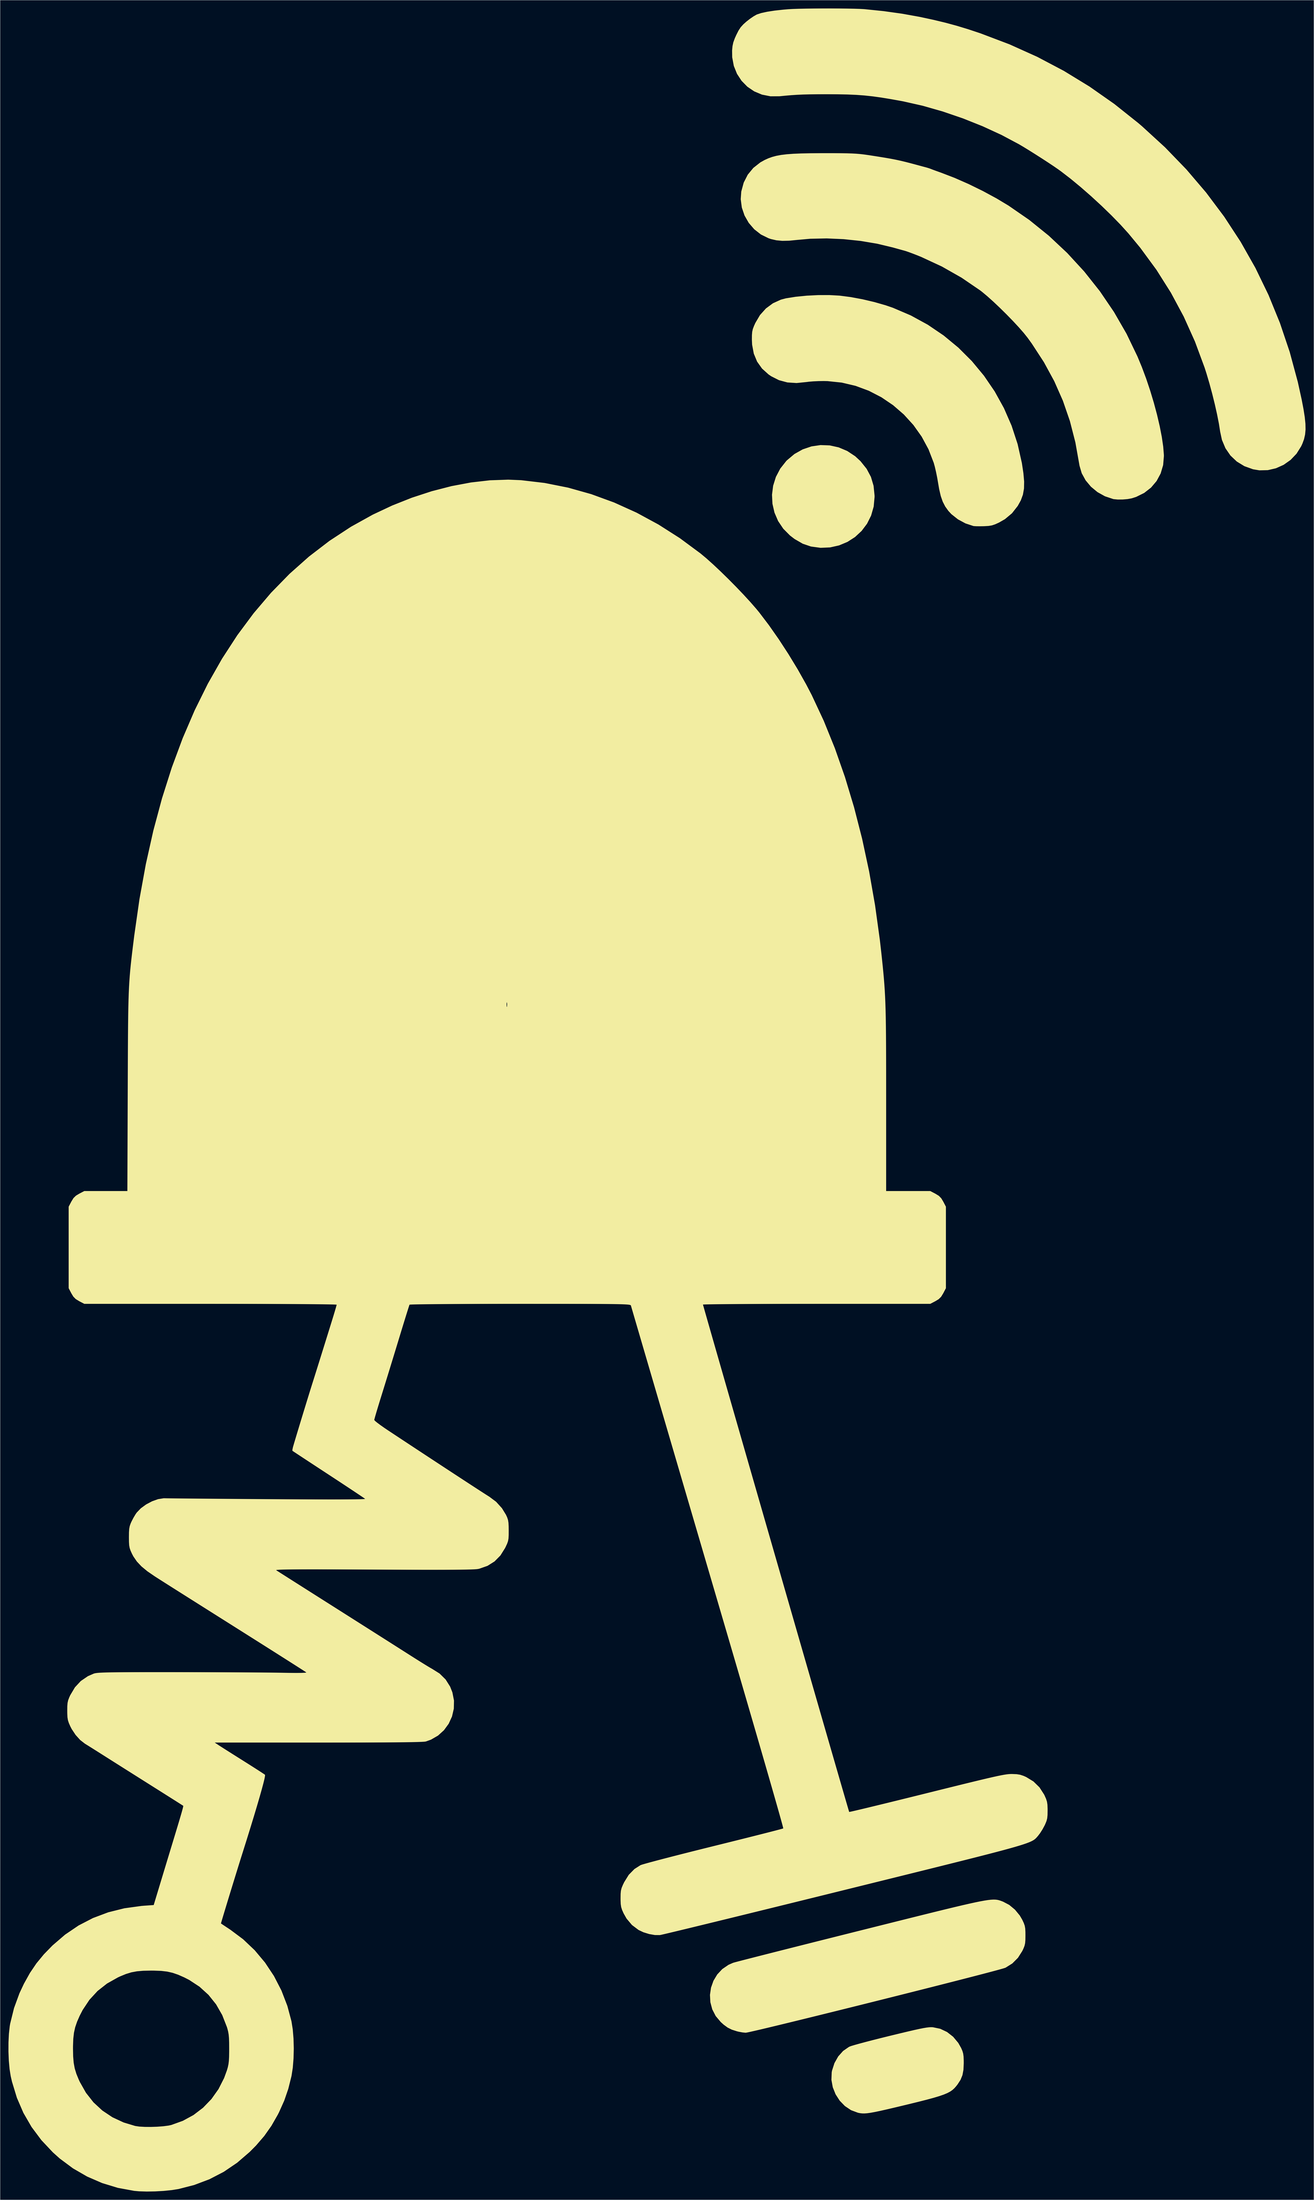
<source format=kicad_pcb>
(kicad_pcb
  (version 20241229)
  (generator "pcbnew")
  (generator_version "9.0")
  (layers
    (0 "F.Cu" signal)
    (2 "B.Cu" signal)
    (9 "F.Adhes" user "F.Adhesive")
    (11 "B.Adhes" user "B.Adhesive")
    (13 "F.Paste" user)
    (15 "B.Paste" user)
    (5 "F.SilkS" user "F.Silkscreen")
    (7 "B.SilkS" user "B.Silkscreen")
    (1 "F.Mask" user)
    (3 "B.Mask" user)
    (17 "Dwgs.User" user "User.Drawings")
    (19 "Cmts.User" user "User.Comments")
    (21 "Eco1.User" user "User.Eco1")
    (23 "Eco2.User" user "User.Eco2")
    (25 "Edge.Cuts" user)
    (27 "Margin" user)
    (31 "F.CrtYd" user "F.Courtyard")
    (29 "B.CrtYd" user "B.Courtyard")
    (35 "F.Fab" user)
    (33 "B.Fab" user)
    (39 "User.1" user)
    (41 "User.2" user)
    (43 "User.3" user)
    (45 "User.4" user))
  (footprint "logo_3"
    (layer "F.Cu")
    (at 202.316 402.042)
    (property "Reference" "logo_3" (at 0 0 0) (layer "F.SilkS") (effects (font (size 1.524 1.524) (thickness 0.3))))
    (attr board_only exclude_from_pos_files exclude_from_bom)
    (fp_poly (pts (xy 94.095 -244.367) (xy 97.332 -243.655) (xy 100.426 -242.35) (xy 103.295 -240.454) (xy 105.221 -238.674) (xy 107.43 -235.917) (xy 108.991 -232.987) (xy 109.935 -229.803) (xy 110.293 -226.284) (xy 110.299 -225.763) (xy 109.976 -222.275) (xy 109.049 -219.038) (xy 107.579 -216.099) (xy 105.627 -213.507) (xy 103.255 -211.308) (xy 100.525 -209.551) (xy 97.496 -208.284) (xy 94.231 -207.554) (xy 90.792 -207.408) (xy 87.334 -207.874) (xy 84.374 -208.883) (xy 81.43 -210.582) (xy 79.764 -211.856) (xy 77.339 -214.301) (xy 75.474 -217.078) (xy 74.173 -220.104) (xy 73.439 -223.291) (xy 73.276 -226.558) (xy 73.688 -229.818) (xy 74.677 -232.987) (xy 76.247 -235.98) (xy 78.402 -238.713) (xy 78.675 -238.994) (xy 81.382 -241.263) (xy 84.36 -242.933) (xy 87.527 -244.007) (xy 90.8 -244.484)) (stroke (width 0) (type solid)) (fill yes) (layer "F.SilkS"))
    (fp_poly (pts (xy 131.306 326.455) (xy 131.349 326.459) (xy 133.991 327.009) (xy 136.462 328.18) (xy 138.665 329.9) (xy 140.502 332.098) (xy 141.551 333.952) (xy 141.996 334.989) (xy 142.274 335.937) (xy 142.422 337.019) (xy 142.478 338.457) (xy 142.484 339.421) (xy 142.379 341.808) (xy 142.017 343.742) (xy 141.326 345.44) (xy 140.234 347.118) (xy 139.707 347.785) (xy 139.087 348.481) (xy 138.398 349.102) (xy 137.576 349.671) (xy 136.553 350.213) (xy 135.266 350.751) (xy 133.649 351.311) (xy 131.637 351.914) (xy 129.163 352.586) (xy 126.163 353.35) (xy 122.571 354.23) (xy 121.168 354.569) (xy 117.655 355.409) (xy 114.745 356.092) (xy 112.363 356.63) (xy 110.436 357.034) (xy 108.892 357.316) (xy 107.656 357.489) (xy 106.655 357.563) (xy 105.817 357.552) (xy 105.067 357.467) (xy 104.333 357.319) (xy 104.291 357.309) (xy 101.803 356.381) (xy 99.587 354.894) (xy 97.706 352.951) (xy 96.225 350.657) (xy 95.209 348.118) (xy 94.721 345.437) (xy 94.827 342.719) (xy 94.941 342.103) (xy 95.816 339.39) (xy 97.171 336.993) (xy 98.927 335.019) (xy 101.004 333.578) (xy 101.319 333.424) (xy 101.988 333.186) (xy 103.251 332.81) (xy 105.023 332.317) (xy 107.22 331.73) (xy 109.759 331.072) (xy 112.554 330.364) (xy 115.524 329.63) (xy 116.028 329.507) (xy 119.466 328.674) (xy 122.3 327.998) (xy 124.604 327.464) (xy 126.449 327.058) (xy 127.907 326.767) (xy 129.05 326.575) (xy 129.949 326.469) (xy 130.677 326.434)) (stroke (width 0) (type solid)) (fill yes) (layer "F.SilkS"))
    (fp_poly (pts (xy 97.629 -298.411) (xy 97.773 -298.398) (xy 101.71 -297.884) (xy 105.95 -297.094) (xy 110.224 -296.09) (xy 114.267 -294.932) (xy 116.91 -294.028) (xy 123.397 -291.251) (xy 129.52 -287.902) (xy 135.249 -284.016) (xy 140.556 -279.63) (xy 145.413 -274.781) (xy 149.789 -269.504) (xy 153.658 -263.836) (xy 156.989 -257.814) (xy 159.754 -251.475) (xy 161.924 -244.854) (xy 163.47 -237.988) (xy 164.017 -234.341) (xy 164.281 -231.334) (xy 164.232 -228.802) (xy 163.842 -226.583) (xy 163.083 -224.519) (xy 161.968 -222.511) (xy 159.9 -219.878) (xy 157.364 -217.758) (xy 155.227 -216.532) (xy 153.811 -215.887) (xy 152.649 -215.501) (xy 151.437 -215.299) (xy 149.869 -215.209) (xy 149.66 -215.203) (xy 148.202 -215.181) (xy 146.948 -215.198) (xy 146.11 -215.25) (xy 145.963 -215.274) (xy 143.096 -216.22) (xy 140.382 -217.688) (xy 138.02 -219.559) (xy 136.923 -220.74) (xy 135.789 -222.322) (xy 134.895 -224.061) (xy 134.185 -226.104) (xy 133.606 -228.596) (xy 133.259 -230.626) (xy 132.908 -232.67) (xy 132.481 -234.781) (xy 132.034 -236.699) (xy 131.651 -238.078) (xy 129.756 -242.97) (xy 127.289 -247.534) (xy 124.304 -251.732) (xy 120.853 -255.524) (xy 116.988 -258.871) (xy 112.764 -261.734) (xy 108.233 -264.074) (xy 103.447 -265.851) (xy 98.459 -267.026) (xy 93.323 -267.561) (xy 91.876 -267.59) (xy 90.015 -267.561) (xy 88.171 -267.475) (xy 86.594 -267.347) (xy 85.768 -267.238) (xy 82.13 -266.868) (xy 78.825 -267.084) (xy 75.794 -267.899) (xy 72.979 -269.324) (xy 72.035 -269.967) (xy 69.676 -272.091) (xy 67.897 -274.596) (xy 66.703 -277.475) (xy 66.096 -280.723) (xy 66.014 -282.532) (xy 66.031 -284.156) (xy 66.127 -285.345) (xy 66.356 -286.362) (xy 66.773 -287.466) (xy 67.265 -288.559) (xy 68.933 -291.395) (xy 71.077 -293.781) (xy 73.621 -295.657) (xy 76.493 -296.964) (xy 78.299 -297.442) (xy 81.858 -298.007) (xy 85.832 -298.399) (xy 89.96 -298.606) (xy 93.98 -298.614)) (stroke (width 0) (type solid)) (fill yes) (layer "F.SilkS"))
    (fp_poly (pts (xy 153.856 280.397) (xy 154.472 280.46) (xy 155.017 280.569) (xy 155.525 280.718) (xy 156.031 280.898) (xy 156.573 281.103) (xy 156.666 281.138) (xy 158.907 282.313) (xy 160.98 284.035) (xy 162.726 286.159) (xy 163.613 287.684) (xy 164.157 288.85) (xy 164.494 289.811) (xy 164.673 290.809) (xy 164.742 292.085) (xy 164.752 293.318) (xy 164.731 294.948) (xy 164.636 296.123) (xy 164.418 297.086) (xy 164.029 298.078) (xy 163.621 298.935) (xy 162.053 301.396) (xy 160.022 303.43) (xy 157.639 304.926) (xy 157.506 304.987) (xy 156.935 305.179) (xy 155.741 305.522) (xy 153.974 306.005) (xy 151.68 306.617) (xy 148.909 307.344) (xy 145.707 308.175) (xy 142.124 309.099) (xy 138.206 310.102) (xy 134.003 311.173) (xy 129.562 312.3) (xy 124.932 313.47) (xy 120.16 314.673) (xy 115.294 315.895) (xy 110.383 317.126) (xy 105.474 318.352) (xy 100.615 319.561) (xy 95.856 320.743) (xy 91.243 321.884) (xy 86.824 322.973) (xy 82.649 323.998) (xy 78.764 324.946) (xy 75.218 325.806) (xy 72.059 326.565) (xy 69.335 327.213) (xy 67.094 327.735) (xy 65.384 328.122) (xy 64.253 328.36) (xy 63.752 328.437) (xy 62.637 328.329) (xy 61.275 328.079) (xy 60.623 327.921) (xy 58.774 327.327) (xy 57.264 326.578) (xy 55.816 325.514) (xy 54.778 324.58) (xy 52.955 322.417) (xy 51.711 320) (xy 51.028 317.425) (xy 50.885 314.784) (xy 51.263 312.174) (xy 52.141 309.688) (xy 53.501 307.422) (xy 55.322 305.469) (xy 57.586 303.924) (xy 59.234 303.202) (xy 59.749 303.054) (xy 60.897 302.748) (xy 62.639 302.294) (xy 64.933 301.704) (xy 67.737 300.986) (xy 71.011 300.152) (xy 74.713 299.212) (xy 78.803 298.176) (xy 83.239 297.056) (xy 87.98 295.86) (xy 92.985 294.601) (xy 98.213 293.288) (xy 103.623 291.931) (xy 105.253 291.523) (xy 111.847 289.871) (xy 117.801 288.381) (xy 123.151 287.044) (xy 127.932 285.854) (xy 132.18 284.803) (xy 135.93 283.884) (xy 139.217 283.091) (xy 142.078 282.416) (xy 144.547 281.851) (xy 146.661 281.39) (xy 148.454 281.025) (xy 149.962 280.749) (xy 151.221 280.556) (xy 152.266 280.438) (xy 153.132 280.387)) (stroke (width 0) (type solid)) (fill yes) (layer "F.SilkS"))
    (fp_poly (pts (xy 95.462 -349.817) (xy 98.133 -349.801) (xy 100.327 -349.767) (xy 102.153 -349.709) (xy 103.723 -349.622) (xy 105.144 -349.501) (xy 106.526 -349.341) (xy 107.98 -349.136) (xy 108.559 -349.048) (xy 111.56 -348.58) (xy 114.025 -348.18) (xy 116.107 -347.817) (xy 117.96 -347.459) (xy 119.735 -347.073) (xy 121.586 -346.628) (xy 123.666 -346.09) (xy 126.128 -345.429) (xy 127.174 -345.145) (xy 128.251 -344.855) (xy 129.088 -344.634) (xy 130.063 -344.334) (xy 130.653 -344.112) (xy 131.288 -343.866) (xy 132.383 -343.463) (xy 133.743 -342.975) (xy 134.307 -342.776) (xy 139.152 -340.915) (xy 144.26 -338.67) (xy 149.403 -336.152) (xy 154.355 -333.471) (xy 158.663 -330.883) (xy 166.145 -325.715) (xy 173.212 -320.006) (xy 179.833 -313.793) (xy 185.977 -307.113) (xy 191.615 -300.003) (xy 196.715 -292.501) (xy 201.246 -284.643) (xy 205.179 -276.468) (xy 206.776 -272.615) (xy 208.334 -268.436) (xy 209.785 -264.103) (xy 211.101 -259.725) (xy 212.255 -255.411) (xy 213.22 -251.271) (xy 213.971 -247.413) (xy 214.478 -243.946) (xy 214.716 -240.979) (xy 214.727 -240.536) (xy 214.455 -237.267) (xy 213.558 -234.236) (xy 212.086 -231.506) (xy 210.088 -229.143) (xy 207.613 -227.212) (xy 204.711 -225.778) (xy 203.108 -225.266) (xy 201.619 -224.993) (xy 199.842 -224.845) (xy 198.078 -224.833) (xy 196.631 -224.969) (xy 196.415 -225.013) (xy 193.447 -226.004) (xy 190.745 -227.513) (xy 188.393 -229.458) (xy 186.472 -231.753) (xy 185.067 -234.315) (xy 184.26 -237.059) (xy 184.209 -237.387) (xy 182.77 -245.469) (xy 180.801 -253.139) (xy 178.274 -260.466) (xy 175.16 -267.52) (xy 171.431 -274.37) (xy 167.058 -281.087) (xy 165.531 -283.202) (xy 164.145 -284.941) (xy 162.337 -287.005) (xy 160.221 -289.281) (xy 157.912 -291.654) (xy 155.526 -294.007) (xy 153.177 -296.227) (xy 150.982 -298.198) (xy 149.055 -299.805) (xy 148.399 -300.31) (xy 141.697 -304.883) (xy 134.585 -308.919) (xy 127.145 -312.372) (xy 125.608 -312.995) (xy 124.088 -313.583) (xy 122.701 -314.097) (xy 121.645 -314.463) (xy 121.259 -314.58) (xy 120.47 -314.795) (xy 119.22 -315.141) (xy 117.719 -315.559) (xy 116.91 -315.786) (xy 111.254 -317.14) (xy 105.254 -318.147) (xy 99.097 -318.792) (xy 92.969 -319.059) (xy 87.056 -318.935) (xy 82.453 -318.524) (xy 79.478 -318.232) (xy 77 -318.179) (xy 74.86 -318.375) (xy 72.898 -318.828) (xy 72.043 -319.114) (xy 69.271 -320.475) (xy 66.863 -322.36) (xy 64.874 -324.672) (xy 63.362 -327.315) (xy 62.382 -330.194) (xy 61.989 -333.213) (xy 62.186 -335.974) (xy 63.065 -339.204) (xy 64.52 -342.054) (xy 66.529 -344.492) (xy 69.067 -346.489) (xy 70.65 -347.372) (xy 71.976 -347.969) (xy 73.358 -348.465) (xy 74.873 -348.867) (xy 76.597 -349.185) (xy 78.609 -349.427) (xy 80.986 -349.603) (xy 83.806 -349.72) (xy 87.146 -349.789) (xy 91.084 -349.817) (xy 92.205 -349.819)) (stroke (width 0) (type solid)) (fill yes) (layer "F.SilkS"))
    (fp_poly (pts (xy 97.523 -402.028) (xy 100.355 -401.996) (xy 102.876 -401.948) (xy 104.961 -401.882) (xy 106.49 -401.799) (xy 106.645 -401.786) (xy 113.542 -401.078) (xy 120.237 -400.145) (xy 126.5 -399.018) (xy 126.826 -398.952) (xy 131.587 -397.926) (xy 135.887 -396.893) (xy 139.958 -395.79) (xy 144.034 -394.553) (xy 148.346 -393.119) (xy 148.61 -393.028) (xy 159.014 -389.084) (xy 169.007 -384.585) (xy 178.619 -379.514) (xy 187.881 -373.852) (xy 196.825 -367.582) (xy 205.481 -360.686) (xy 206.853 -359.513) (xy 215.145 -351.918) (xy 222.85 -343.948) (xy 229.966 -335.608) (xy 236.491 -326.903) (xy 242.421 -317.838) (xy 247.753 -308.417) (xy 252.486 -298.646) (xy 256.615 -288.529) (xy 260.138 -278.071) (xy 263.053 -267.277) (xy 264.445 -260.959) (xy 265.107 -257.501) (xy 265.563 -254.606) (xy 265.812 -252.171) (xy 265.854 -250.096) (xy 265.686 -248.278) (xy 265.308 -246.614) (xy 264.718 -245.003) (xy 264.272 -244.038) (xy 262.596 -241.368) (xy 260.458 -239.128) (xy 257.953 -237.362) (xy 255.177 -236.116) (xy 252.225 -235.435) (xy 249.191 -235.365) (xy 246.914 -235.743) (xy 243.771 -236.871) (xy 241.032 -238.546) (xy 238.74 -240.716) (xy 236.94 -243.332) (xy 235.674 -246.344) (xy 235.035 -249.303) (xy 234.585 -252.16) (xy 233.931 -255.501) (xy 233.114 -259.157) (xy 232.173 -262.962) (xy 231.151 -266.747) (xy 230.088 -270.344) (xy 229.414 -272.441) (xy 225.936 -281.832) (xy 221.887 -290.83) (xy 217.255 -299.457) (xy 212.026 -307.735) (xy 206.188 -315.686) (xy 201.89 -320.889) (xy 199.049 -324.024) (xy 195.777 -327.381) (xy 192.209 -330.837) (xy 188.478 -334.271) (xy 184.719 -337.558) (xy 181.067 -340.577) (xy 177.656 -343.204) (xy 176.603 -343.967) (xy 175.025 -345.056) (xy 173.016 -346.394) (xy 170.742 -347.875) (xy 168.369 -349.391) (xy 166.066 -350.837) (xy 163.997 -352.106) (xy 162.403 -353.048) (xy 156.104 -356.401) (xy 149.305 -359.53) (xy 142.184 -362.371) (xy 134.918 -364.857) (xy 127.684 -366.925) (xy 120.661 -368.508) (xy 120.041 -368.625) (xy 116.136 -369.329) (xy 112.715 -369.889) (xy 109.607 -370.32) (xy 106.643 -370.638) (xy 103.654 -370.857) (xy 100.47 -370.995) (xy 96.921 -371.065) (xy 93.075 -371.084) (xy 89.749 -371.075) (xy 86.961 -371.043) (xy 84.553 -370.983) (xy 82.369 -370.886) (xy 80.251 -370.747) (xy 78.041 -370.558) (xy 75.966 -370.354) (xy 72.705 -370.341) (xy 69.646 -370.95) (xy 66.849 -372.125) (xy 64.375 -373.806) (xy 62.284 -375.936) (xy 60.635 -378.456) (xy 59.489 -381.309) (xy 58.907 -384.435) (xy 58.873 -386.89) (xy 59.022 -388.467) (xy 59.317 -389.821) (xy 59.839 -391.256) (xy 60.382 -392.465) (xy 61.189 -394.062) (xy 61.972 -395.257) (xy 62.926 -396.309) (xy 63.992 -397.263) (xy 65.268 -398.266) (xy 66.583 -399.169) (xy 67.682 -399.8) (xy 67.832 -399.869) (xy 69.379 -400.382) (xy 71.545 -400.853) (xy 74.251 -401.27) (xy 77.421 -401.619) (xy 79.229 -401.769) (xy 80.821 -401.857) (xy 82.958 -401.928) (xy 85.517 -401.982) (xy 88.375 -402.019) (xy 91.41 -402.039) (xy 94.5 -402.042)) (stroke (width 0) (type solid)) (fill yes) (layer "F.SilkS"))
    (fp_poly (pts (xy -17.31 -231.812) (xy -8.787 -230.81) (xy -0.325 -229.125) (xy 8.046 -226.769) (xy 16.298 -223.755) (xy 24.399 -220.093) (xy 32.321 -215.797) (xy 40.033 -210.878) (xy 47.495 -205.359) (xy 49.62 -203.582) (xy 52.076 -201.379) (xy 54.754 -198.859) (xy 57.541 -196.135) (xy 60.329 -193.316) (xy 63.006 -190.514) (xy 65.462 -187.84) (xy 67.587 -185.405) (xy 68.69 -184.063) (xy 72.161 -179.497) (xy 75.702 -174.44) (xy 79.2 -169.073) (xy 82.541 -163.576) (xy 85.609 -158.128) (xy 87.62 -154.269) (xy 91.963 -144.969) (xy 95.963 -135.096) (xy 99.611 -124.687) (xy 102.896 -113.779) (xy 105.808 -102.41) (xy 108.337 -90.618) (xy 110.472 -78.44) (xy 112.204 -65.914) (xy 112.718 -61.412) (xy 113.001 -58.761) (xy 113.252 -56.333) (xy 113.473 -54.069) (xy 113.666 -51.912) (xy 113.832 -49.803) (xy 113.974 -47.684) (xy 114.093 -45.497) (xy 114.192 -43.183) (xy 114.272 -40.684) (xy 114.335 -37.942) (xy 114.384 -34.898) (xy 114.42 -31.495) (xy 114.445 -27.674) (xy 114.461 -23.377) (xy 114.47 -18.545) (xy 114.473 -13.121) (xy 114.474 -8.497) (xy 114.474 24.704) (xy 130.4 24.704) (xy 132.254 25.673) (xy 133.504 26.438) (xy 134.368 27.32) (xy 135.078 28.496) (xy 136.047 30.351) (xy 136.047 59.767) (xy 135.078 61.622) (xy 134.312 62.871) (xy 133.43 63.735) (xy 132.254 64.445) (xy 130.4 65.414) (xy 89.382 65.414) (xy 84.102 65.416) (xy 79.019 65.422) (xy 74.177 65.432) (xy 69.618 65.446) (xy 65.385 65.463) (xy 61.521 65.484) (xy 58.07 65.507) (xy 55.073 65.532) (xy 52.574 65.56) (xy 50.616 65.59) (xy 49.242 65.621) (xy 48.494 65.654) (xy 48.364 65.675) (xy 48.459 66.032) (xy 48.738 67.024) (xy 49.19 68.618) (xy 49.806 70.78) (xy 50.578 73.479) (xy 51.495 76.68) (xy 52.547 80.352) (xy 53.726 84.459) (xy 55.022 88.971) (xy 56.424 93.853) (xy 57.925 99.072) (xy 59.514 104.596) (xy 61.181 110.392) (xy 62.917 116.426) (xy 64.713 122.665) (xy 66.559 129.076) (xy 68.446 135.627) (xy 70.363 142.284) (xy 72.302 149.013) (xy 74.253 155.783) (xy 76.207 162.56) (xy 78.153 169.311) (xy 80.083 176.003) (xy 81.986 182.602) (xy 83.854 189.077) (xy 85.677 195.393) (xy 87.445 201.518) (xy 89.148 207.418) (xy 90.778 213.061) (xy 92.325 218.414) (xy 93.778 223.443) (xy 95.13 228.115) (xy 96.369 232.398) (xy 97.487 236.258) (xy 98.474 239.662) (xy 99.321 242.578) (xy 100.017 244.972) (xy 100.554 246.811) (xy 100.922 248.061) (xy 101.112 248.691) (xy 101.136 248.763) (xy 101.487 248.705) (xy 102.463 248.491) (xy 104.014 248.131) (xy 106.09 247.639) (xy 108.641 247.026) (xy 111.617 246.305) (xy 114.968 245.488) (xy 118.643 244.586) (xy 122.594 243.612) (xy 126.77 242.579) (xy 129.186 241.978) (xy 134.231 240.725) (xy 138.649 239.631) (xy 142.485 238.685) (xy 145.789 237.878) (xy 148.606 237.198) (xy 150.984 236.635) (xy 152.969 236.178) (xy 154.61 235.817) (xy 155.953 235.541) (xy 157.045 235.34) (xy 157.934 235.203) (xy 158.666 235.119) (xy 159.288 235.077) (xy 159.849 235.068) (xy 159.92 235.069) (xy 161.554 235.133) (xy 162.815 235.33) (xy 164.025 235.728) (xy 165.035 236.173) (xy 167.652 237.772) (xy 169.823 239.894) (xy 171.499 242.489) (xy 171.649 242.796) (xy 172.198 244.035) (xy 172.528 245.072) (xy 172.694 246.172) (xy 172.748 247.603) (xy 172.751 248.259) (xy 172.724 249.874) (xy 172.607 251.057) (xy 172.346 252.07) (xy 171.89 253.176) (xy 171.665 253.652) (xy 170.91 255.052) (xy 170.035 256.424) (xy 169.345 257.33) (xy 169.053 257.671) (xy 168.78 257.986) (xy 168.498 258.281) (xy 168.178 258.567) (xy 167.792 258.849) (xy 167.311 259.137) (xy 166.707 259.437) (xy 165.952 259.759) (xy 165.016 260.111) (xy 163.872 260.499) (xy 162.49 260.933) (xy 160.843 261.419) (xy 158.902 261.967) (xy 156.638 262.584) (xy 154.023 263.278) (xy 151.028 264.057) (xy 147.625 264.929) (xy 143.785 265.902) (xy 139.481 266.984) (xy 134.683 268.183) (xy 129.362 269.508) (xy 123.491 270.965) (xy 117.041 272.563) (xy 109.983 274.31) (xy 102.29 276.213) (xy 99.219 276.973) (xy 92.631 278.603) (xy 86.21 280.188) (xy 79.991 281.722) (xy 74.006 283.196) (xy 68.289 284.602) (xy 62.875 285.931) (xy 57.797 287.176) (xy 53.089 288.327) (xy 48.785 289.377) (xy 44.918 290.317) (xy 41.522 291.14) (xy 38.631 291.837) (xy 36.279 292.399) (xy 34.5 292.819) (xy 33.327 293.088) (xy 32.794 293.198) (xy 32.786 293.199) (xy 31.002 293.186) (xy 28.935 292.824) (xy 26.858 292.18) (xy 25.112 291.356) (xy 22.726 289.56) (xy 20.778 287.247) (xy 19.713 285.368) (xy 19.169 284.139) (xy 18.841 283.107) (xy 18.676 282.007) (xy 18.62 280.576) (xy 18.617 279.904) (xy 18.638 278.329) (xy 18.743 277.18) (xy 18.994 276.189) (xy 19.451 275.085) (xy 19.928 274.099) (xy 21.575 271.447) (xy 23.617 269.365) (xy 25.826 267.959) (xy 26.393 267.761) (xy 27.58 267.413) (xy 29.329 266.93) (xy 31.583 266.326) (xy 34.287 265.616) (xy 37.382 264.816) (xy 40.812 263.939) (xy 44.52 263.002) (xy 48.449 262.018) (xy 52.165 261.096) (xy 56.209 260.094) (xy 60.057 259.137) (xy 63.654 258.238) (xy 66.948 257.41) (xy 69.885 256.667) (xy 72.411 256.023) (xy 74.473 255.491) (xy 76.018 255.085) (xy 76.992 254.818) (xy 77.341 254.705) (xy 77.27 254.353) (xy 77.012 253.365) (xy 76.576 251.771) (xy 75.969 249.602) (xy 75.202 246.89) (xy 74.283 243.665) (xy 73.221 239.958) (xy 72.025 235.801) (xy 70.704 231.224) (xy 69.266 226.258) (xy 67.722 220.934) (xy 66.079 215.284) (xy 64.347 209.338) (xy 62.535 203.127) (xy 60.651 196.682) (xy 58.704 190.034) (xy 57.048 184.384) (xy 54.056 174.189) (xy 51.169 164.346) (xy 48.389 154.873) (xy 45.724 145.785) (xy 43.176 137.099) (xy 40.751 128.831) (xy 38.454 120.997) (xy 36.289 113.614) (xy 34.261 106.698) (xy 32.375 100.266) (xy 30.636 94.332) (xy 29.049 88.915) (xy 27.618 84.03) (xy 26.348 79.694) (xy 25.244 75.922) (xy 24.31 72.731) (xy 23.552 70.138) (xy 22.974 68.159) (xy 22.581 66.81) (xy 22.378 66.107) (xy 22.354 66.023) (xy 22.301 65.929) (xy 22.17 65.846) (xy 21.923 65.772) (xy 21.524 65.706) (xy 20.935 65.65) (xy 20.118 65.601) (xy 19.035 65.559) (xy 17.65 65.524) (xy 15.924 65.495) (xy 13.82 65.472) (xy 11.3 65.453) (xy 8.328 65.439) (xy 4.864 65.429) (xy 0.873 65.422) (xy -3.684 65.417) (xy -8.844 65.415) (xy -14.645 65.414) (xy -17.591 65.414) (xy -22.794 65.416) (xy -27.801 65.424) (xy -32.569 65.435) (xy -37.054 65.452) (xy -41.212 65.471) (xy -45 65.495) (xy -48.372 65.522) (xy -51.286 65.551) (xy -53.698 65.583) (xy -55.564 65.618) (xy -56.84 65.654) (xy -57.482 65.692) (xy -57.552 65.708) (xy -57.692 66.099) (xy -58.009 67.078) (xy -58.479 68.571) (xy -59.079 70.498) (xy -59.784 72.785) (xy -60.571 75.353) (xy -61.369 77.974) (xy -62.359 81.226) (xy -63.419 84.697) (xy -64.5 88.223) (xy -65.551 91.639) (xy -66.521 94.782) (xy -67.36 97.487) (xy -67.644 98.4) (xy -68.364 100.721) (xy -69.008 102.835) (xy -69.551 104.647) (xy -69.962 106.063) (xy -70.215 106.988) (xy -70.285 107.315) (xy -70.008 107.65) (xy -69.24 108.288) (xy -68.078 109.157) (xy -66.615 110.187) (xy -65.327 111.055) (xy -61.897 113.323) (xy -58.378 115.645) (xy -54.825 117.987) (xy -51.289 120.313) (xy -47.825 122.589) (xy -44.485 124.781) (xy -41.323 126.853) (xy -38.392 128.769) (xy -35.745 130.497) (xy -33.436 132) (xy -31.518 133.243) (xy -30.043 134.193) (xy -29.066 134.813) (xy -28.754 135.005) (xy -26.293 136.845) (xy -24.194 139.159) (xy -22.728 141.547) (xy -22.284 142.531) (xy -22.001 143.416) (xy -21.842 144.41) (xy -21.772 145.719) (xy -21.756 147.198) (xy -21.764 148.87) (xy -21.828 150.067) (xy -21.993 151.011) (xy -22.306 151.922) (xy -22.812 153.021) (xy -23.059 153.525) (xy -24.742 156.211) (xy -26.862 158.359) (xy -29.402 159.954) (xy -32.342 160.983) (xy -32.785 161.081) (xy -33.316 161.151) (xy -34.198 161.212) (xy -35.46 161.263) (xy -37.135 161.304) (xy -39.253 161.336) (xy -41.844 161.359) (xy -44.939 161.373) (xy -48.569 161.378) (xy -52.765 161.374) (xy -57.558 161.361) (xy -62.978 161.341) (xy -69.056 161.312) (xy -70.537 161.304) (xy -76.511 161.275) (xy -81.821 161.252) (xy -86.5 161.236) (xy -90.581 161.227) (xy -94.094 161.226) (xy -97.074 161.232) (xy -99.552 161.247) (xy -101.56 161.269) (xy -103.131 161.3) (xy -104.298 161.34) (xy -105.092 161.388) (xy -105.546 161.445) (xy -105.692 161.512) (xy -105.668 161.543) (xy -105.275 161.797) (xy -104.343 162.392) (xy -102.921 163.296) (xy -101.06 164.48) (xy -98.808 165.91) (xy -96.215 167.556) (xy -93.33 169.387) (xy -90.202 171.371) (xy -86.881 173.476) (xy -84.725 174.842) (xy -81.091 177.146) (xy -77.454 179.453) (xy -73.885 181.717) (xy -70.455 183.893) (xy -67.236 185.937) (xy -64.299 187.802) (xy -61.716 189.444) (xy -59.558 190.817) (xy -57.895 191.876) (xy -57.519 192.116) (xy -55.492 193.403) (xy -53.594 194.594) (xy -51.925 195.628) (xy -50.587 196.443) (xy -49.679 196.976) (xy -49.408 197.123) (xy -46.695 198.826) (xy -44.525 200.963) (xy -42.901 203.531) (xy -42.082 205.61) (xy -41.503 208.569) (xy -41.565 211.503) (xy -42.221 214.323) (xy -43.421 216.939) (xy -45.118 219.263) (xy -47.264 221.205) (xy -49.811 222.677) (xy -51.67 223.343) (xy -52.17 223.411) (xy -53.168 223.473) (xy -54.68 223.527) (xy -56.728 223.574) (xy -59.329 223.614) (xy -62.504 223.648) (xy -66.27 223.676) (xy -70.648 223.697) (xy -75.657 223.713) (xy -81.315 223.723) (xy -87.642 223.727) (xy -90.464 223.727) (xy -127.866 223.723) (xy -126.65 224.539) (xy -126.026 224.945) (xy -124.907 225.661) (xy -123.388 226.626) (xy -121.564 227.78) (xy -119.529 229.064) (xy -117.779 230.165) (xy -115.697 231.479) (xy -113.797 232.685) (xy -112.165 233.73) (xy -110.883 234.561) (xy -110.035 235.123) (xy -109.713 235.354) (xy -109.708 235.782) (xy -109.911 236.835) (xy -110.312 238.476) (xy -110.901 240.671) (xy -111.667 243.383) (xy -112.599 246.576) (xy -113.688 250.215) (xy -114.924 254.263) (xy -116.295 258.685) (xy -117.792 263.446) (xy -117.941 263.916) (xy -118.53 265.786) (xy -119.214 267.977) (xy -119.967 270.406) (xy -120.764 272.986) (xy -121.578 275.632) (xy -122.384 278.26) (xy -123.155 280.783) (xy -123.864 283.118) (xy -124.487 285.177) (xy -124.997 286.878) (xy -125.369 288.133) (xy -125.575 288.858) (xy -125.608 289.002) (xy -125.336 289.195) (xy -124.596 289.693) (xy -123.503 290.419) (xy -122.222 291.265) (xy -117.616 294.705) (xy -113.435 298.67) (xy -109.714 303.108) (xy -106.486 307.968) (xy -103.787 313.198) (xy -101.65 318.748) (xy -100.168 324.285) (xy -99.706 327.189) (xy -99.426 330.541) (xy -99.331 334.121) (xy -99.418 337.706) (xy -99.689 341.074) (xy -100.144 344.002) (xy -100.168 344.118) (xy -101.318 348.703) (xy -102.765 352.915) (xy -104.613 357.048) (xy -105.11 358.027) (xy -107.403 362.035) (xy -109.967 365.673) (xy -112.952 369.142) (xy -115.233 371.443) (xy -119.768 375.348) (xy -124.613 378.634) (xy -129.786 381.313) (xy -135.31 383.394) (xy -140.918 384.832) (xy -143.39 385.227) (xy -146.28 385.517) (xy -149.355 385.693) (xy -152.386 385.745) (xy -155.142 385.663) (xy -156.892 385.507) (xy -162.798 384.423) (xy -168.488 382.691) (xy -173.914 380.336) (xy -179.028 377.379) (xy -183.783 373.844) (xy -186.285 371.605) (xy -190.435 367.191) (xy -193.976 362.451) (xy -196.917 357.367) (xy -199.27 351.919) (xy -201.045 346.089) (xy -201.498 344.118) (xy -201.91 341.553) (xy -202.183 338.528) (xy -202.316 335.255) (xy -202.313 334.201) (xy -179.018 334.201) (xy -178.963 336.986) (xy -178.769 339.288) (xy -178.394 341.316) (xy -177.796 343.277) (xy -176.932 345.378) (xy -176.563 346.175) (xy -174.338 350.11) (xy -171.619 353.562) (xy -168.43 356.511) (xy -164.795 358.938) (xy -160.74 360.823) (xy -156.575 362.081) (xy -155.094 362.299) (xy -153.129 362.413) (xy -150.883 362.427) (xy -148.561 362.348) (xy -146.365 362.181) (xy -144.498 361.933) (xy -143.527 361.721) (xy -139.357 360.22) (xy -135.525 358.132) (xy -132.077 355.502) (xy -129.057 352.372) (xy -126.509 348.785) (xy -124.479 344.787) (xy -123.466 342.018) (xy -123.135 340.872) (xy -122.906 339.792) (xy -122.762 338.606) (xy -122.683 337.144) (xy -122.653 335.232) (xy -122.651 334.201) (xy -122.665 332.038) (xy -122.72 330.398) (xy -122.833 329.111) (xy -123.023 328.005) (xy -123.306 326.91) (xy -123.466 326.385) (xy -125.16 322.064) (xy -127.382 318.187) (xy -130.119 314.771) (xy -133.355 311.831) (xy -137.077 309.386) (xy -138.861 308.472) (xy -141.059 307.506) (xy -143.045 306.821) (xy -145.026 306.373) (xy -147.21 306.122) (xy -149.804 306.024) (xy -150.834 306.018) (xy -153.619 306.073) (xy -155.921 306.267) (xy -157.949 306.641) (xy -159.91 307.24) (xy -162.011 308.104) (xy -162.807 308.472) (xy -166.73 310.681) (xy -170.149 313.368) (xy -173.079 316.548) (xy -175.531 320.232) (xy -176.591 322.286) (xy -177.549 324.469) (xy -178.227 326.451) (xy -178.67 328.439) (xy -178.918 330.638) (xy -179.013 333.255) (xy -179.018 334.201) (xy -202.313 334.201) (xy -202.306 331.947) (xy -202.151 328.813) (xy -201.848 326.065) (xy -201.692 325.155) (xy -200.301 319.534) (xy -198.342 314.185) (xy -196.741 310.774) (xy -194.577 306.884) (xy -192.228 303.412) (xy -189.534 300.144) (xy -186.435 296.959) (xy -181.878 293.039) (xy -177.006 289.737) (xy -171.816 287.051) (xy -166.302 284.98) (xy -160.46 283.522) (xy -154.285 282.675) (xy -153.319 282.599) (xy -149.889 282.358) (xy -147.469 274.355) (xy -146.644 271.631) (xy -145.752 268.686) (xy -144.857 265.733) (xy -144.021 262.982) (xy -143.311 260.646) (xy -143.195 260.263) (xy -142.126 256.746) (xy -141.25 253.845) (xy -140.551 251.508) (xy -140.015 249.687) (xy -139.629 248.333) (xy -139.376 247.394) (xy -139.244 246.823) (xy -139.217 246.568) (xy -139.227 246.547) (xy -139.539 246.344) (xy -140.377 245.81) (xy -141.678 244.984) (xy -143.381 243.906) (xy -145.422 242.616) (xy -147.739 241.152) (xy -150.269 239.556) (xy -151.356 238.87) (xy -154.207 237.072) (xy -157.085 235.255) (xy -159.889 233.485) (xy -162.517 231.824) (xy -164.867 230.339) (xy -166.838 229.091) (xy -168.328 228.147) (xy -168.405 228.097) (xy -170.171 226.979) (xy -171.825 225.936) (xy -173.238 225.05) (xy -174.281 224.4) (xy -174.713 224.135) (xy -176.432 222.802) (xy -178.08 220.974) (xy -179.493 218.848) (xy -179.994 217.876) (xy -180.523 216.676) (xy -180.849 215.666) (xy -181.021 214.594) (xy -181.086 213.213) (xy -181.095 212.247) (xy -181.078 210.608) (xy -180.982 209.418) (xy -180.76 208.43) (xy -180.363 207.398) (xy -180.004 206.617) (xy -178.323 203.796) (xy -176.206 201.517) (xy -173.645 199.773) (xy -171.526 198.845) (xy -171.183 198.745) (xy -170.725 198.659) (xy -170.105 198.584) (xy -169.279 198.52) (xy -168.2 198.467) (xy -166.823 198.423) (xy -165.102 198.388) (xy -162.991 198.361) (xy -160.446 198.341) (xy -157.42 198.327) (xy -153.868 198.32) (xy -149.744 198.317) (xy -145.002 198.318) (xy -141.187 198.32) (xy -136.508 198.327) (xy -131.837 198.338) (xy -127.248 198.353) (xy -122.817 198.371) (xy -118.619 198.392) (xy -114.728 198.417) (xy -111.219 198.443) (xy -108.167 198.471) (xy -105.646 198.501) (xy -103.732 198.532) (xy -103.435 198.538) (xy -100.69 198.585) (xy -98.408 198.6) (xy -96.641 198.584) (xy -95.44 198.538) (xy -94.856 198.463) (xy -94.815 198.409) (xy -95.16 198.175) (xy -96.046 197.6) (xy -97.426 196.714) (xy -99.254 195.547) (xy -101.481 194.13) (xy -104.061 192.492) (xy -106.946 190.662) (xy -110.089 188.673) (xy -113.444 186.552) (xy -116.562 184.583) (xy -121.272 181.61) (xy -125.435 178.983) (xy -129.093 176.674) (xy -132.285 174.659) (xy -135.053 172.911) (xy -137.439 171.405) (xy -139.483 170.113) (xy -141.227 169.011) (xy -142.712 168.071) (xy -143.98 167.269) (xy -145.07 166.578) (xy -146.025 165.971) (xy -146.886 165.424) (xy -147.694 164.909) (xy -148.49 164.401) (xy -149.315 163.874) (xy -149.442 163.793) (xy -152.167 161.925) (xy -154.315 160.153) (xy -155.976 158.384) (xy -157.246 156.528) (xy -157.765 155.532) (xy -158.256 154.438) (xy -158.569 153.514) (xy -158.744 152.543) (xy -158.821 151.308) (xy -158.837 149.616) (xy -158.817 147.877) (xy -158.734 146.621) (xy -158.552 145.64) (xy -158.237 144.722) (xy -157.902 143.967) (xy -157.227 142.658) (xy -156.484 141.403) (xy -156.033 140.747) (xy -154.536 139.19) (xy -152.625 137.798) (xy -150.488 136.666) (xy -148.315 135.89) (xy -146.295 135.565) (xy -145.789 135.568) (xy -145.228 135.581) (xy -144.02 135.598) (xy -142.214 135.619) (xy -139.858 135.643) (xy -137.003 135.67) (xy -133.695 135.699) (xy -129.985 135.73) (xy -125.922 135.763) (xy -121.553 135.796) (xy -116.929 135.831) (xy -112.097 135.866) (xy -108.733 135.889) (xy -102.202 135.931) (xy -96.36 135.962) (xy -91.201 135.982) (xy -86.717 135.991) (xy -82.903 135.989) (xy -79.752 135.975) (xy -77.256 135.951) (xy -75.409 135.916) (xy -74.205 135.87) (xy -73.637 135.812) (xy -73.59 135.779) (xy -73.946 135.519) (xy -74.824 134.92) (xy -76.163 134.021) (xy -77.902 132.864) (xy -79.981 131.487) (xy -82.338 129.932) (xy -84.913 128.24) (xy -86.812 126.995) (xy -89.494 125.239) (xy -91.992 123.601) (xy -94.249 122.12) (xy -96.203 120.835) (xy -97.797 119.786) (xy -98.969 119.012) (xy -99.661 118.551) (xy -99.829 118.436) (xy -99.828 118.055) (xy -99.66 117.246) (xy -99.547 116.825) (xy -99.184 115.585) (xy -98.652 113.803) (xy -97.989 111.601) (xy -97.232 109.101) (xy -96.419 106.425) (xy -95.585 103.696) (xy -94.77 101.036) (xy -94.01 98.567) (xy -93.342 96.412) (xy -92.803 94.693) (xy -92.732 94.467) (xy -91.825 91.594) (xy -90.756 88.189) (xy -89.516 84.223) (xy -88.095 79.666) (xy -86.485 74.489) (xy -85.57 71.543) (xy -84.999 69.684) (xy -84.508 68.054) (xy -84.132 66.771) (xy -83.906 65.951) (xy -83.855 65.715) (xy -84.196 65.677) (xy -85.195 65.641) (xy -86.811 65.607) (xy -89.006 65.574) (xy -91.742 65.544) (xy -94.979 65.516) (xy -98.677 65.491) (xy -102.8 65.469) (xy -107.306 65.451) (xy -112.158 65.435) (xy -117.316 65.424) (xy -122.741 65.417) (xy -128.395 65.414) (xy -129.396 65.414) (xy -174.937 65.414) (xy -176.791 64.445) (xy -178.041 63.679) (xy -178.905 62.797) (xy -179.615 61.622) (xy -180.584 59.767) (xy -180.584 30.351) (xy -179.615 28.496) (xy -178.849 27.247) (xy -177.967 26.383) (xy -176.791 25.673) (xy -174.937 24.704) (xy -159.395 24.704) (xy -159.264 -11.221) (xy -159.242 -17.206) (xy -159.221 -22.551) (xy -159.198 -27.31) (xy -159.171 -31.539) (xy -159.138 -35.294) (xy -159.096 -38.63) (xy -159.044 -41.602) (xy -159.018 -42.623) (xy -22.529 -42.623) (xy -22.501 -41.907) (xy -22.422 -41.722) (xy -22.377 -41.836) (xy -22.313 -42.672) (xy -22.37 -43.228) (xy -22.462 -43.421) (xy -22.52 -43.003) (xy -22.529 -42.623) (xy -159.018 -42.623) (xy -158.978 -44.266) (xy -158.896 -46.677) (xy -158.797 -48.89) (xy -158.677 -50.961) (xy -158.535 -52.945) (xy -158.368 -54.897) (xy -158.174 -56.873) (xy -157.95 -58.928) (xy -157.695 -61.118) (xy -157.406 -63.498) (xy -157.08 -66.122) (xy -156.908 -67.501) (xy -155.032 -80.607) (xy -152.736 -93.227) (xy -150.023 -105.355) (xy -146.899 -116.984) (xy -143.365 -128.106) (xy -139.428 -138.714) (xy -135.089 -148.802) (xy -130.355 -158.362) (xy -125.228 -167.388) (xy -119.712 -175.872) (xy -113.812 -183.808) (xy -107.531 -191.188) (xy -100.874 -198.005) (xy -93.844 -204.253) (xy -86.445 -209.925) (xy -78.682 -215.012) (xy -70.807 -219.383) (xy -63.806 -222.673) (xy -56.69 -225.497) (xy -49.53 -227.835) (xy -42.402 -229.673) (xy -35.379 -230.992) (xy -28.535 -231.775) (xy -21.943 -232.005)) (stroke (width 0) (type solid)) (fill yes) (layer "F.SilkS")))
  (gr_rect
    (start -3 -3)
    (end 471.169 790.787)
    (stroke (width 0.1) (type default))
    (fill no)
    (layer "Edge.Cuts")))
</source>
